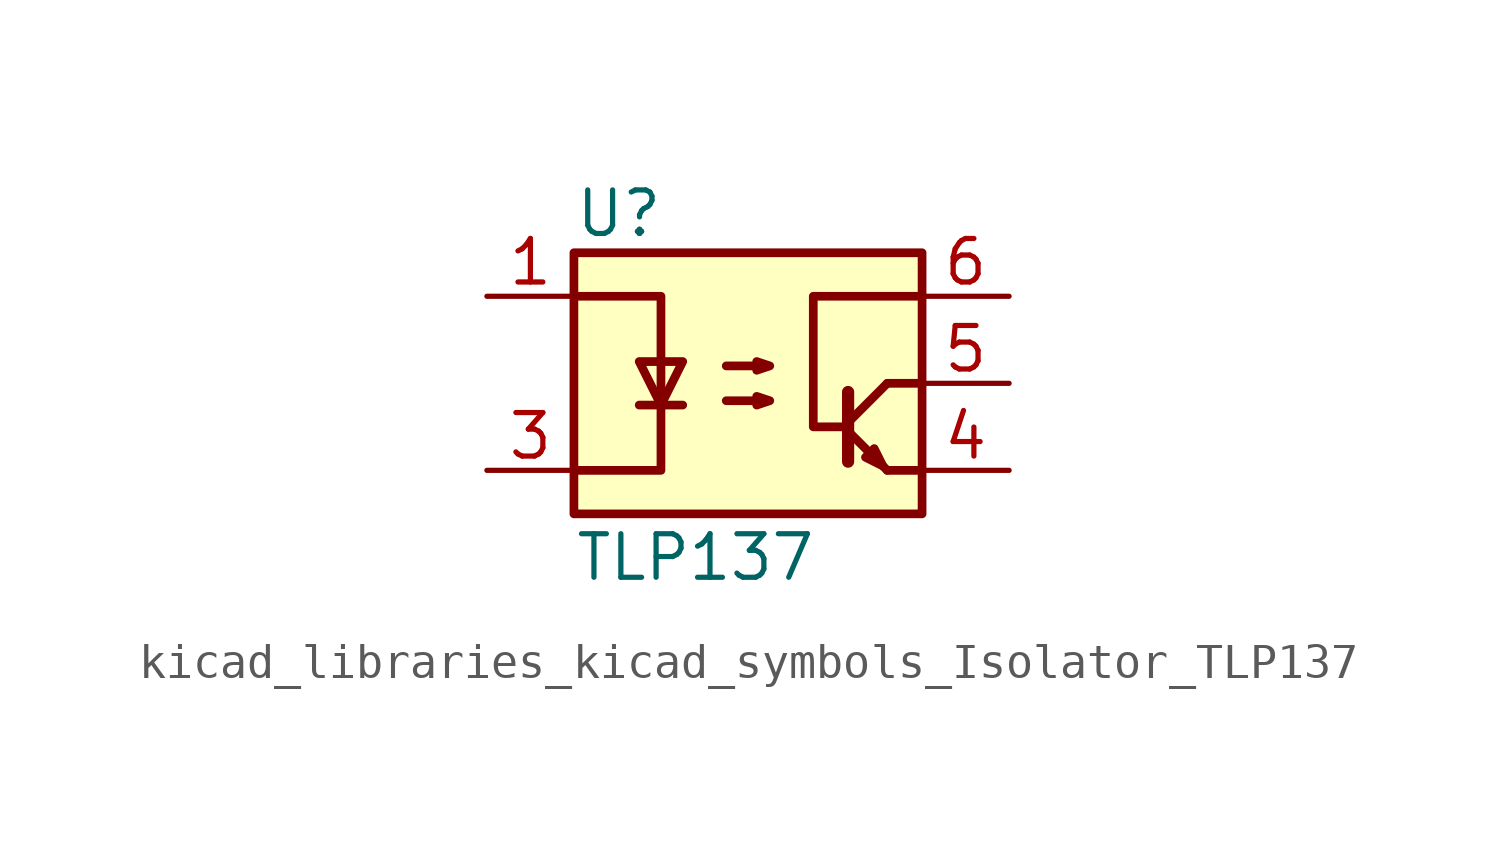
<source format=kicad_sym>
(kicad_symbol_lib
  (version 20220914)
  (generator kicad_symbol_editor)
  (symbol "kicad_libraries_kicad_symbols_Isolator_TLP137"
    (pin_names
      (offset 1.016))
    (property "Reference" "U"
      (at -5.08 4.953 0)
      (effects (font (size 1.27 1.27)) (justify left)))
    (property "Value" "TLP137"
      (at -5.08 -5.08 0)
      (effects (font (size 1.27 1.27)) (justify left)))
    (symbol "kicad_libraries_kicad_symbols_Isolator_TLP137_0_1"
      (rectangle (start -5.08 3.81) (end 5.08 -3.81) (stroke (width 0.254) (type default)) (fill (type background)))
      (polyline (pts (xy -3.175 -0.635) (xy -1.905 -0.635)) (stroke (width 0.254) (type default)) (fill (type none)))
      (polyline (pts (xy 2.921 -1.397) (xy 4.064 -2.54)) (stroke (width 0.254) (type default)) (fill (type none)))
      (polyline (pts (xy 2.921 -1.143) (xy 4.064 0)) (stroke (width 0.254) (type default)) (fill (type none)))
      (polyline (pts (xy 4.064 -2.54) (xy 5.08 -2.54)) (stroke (width 0.254) (type default)) (fill (type none)))
      (polyline (pts (xy 5.08 0) (xy 4.064 0)) (stroke (width 0.254) (type default)) (fill (type none)))
      (polyline (pts (xy 2.921 -0.254) (xy 2.921 -2.286) (xy 2.921 -2.286)) (stroke (width 0.356) (type default)) (fill (type none)))
      (polyline (pts (xy -5.08 -2.54) (xy -2.54 -2.54) (xy -2.54 2.54) (xy -5.08 2.54)) (stroke (width 0.254) (type default)) (fill (type none)))
      (polyline (pts (xy -2.54 -0.635) (xy -3.175 0.635) (xy -1.905 0.635) (xy -2.54 -0.635)) (stroke (width 0.254) (type default)) (fill (type none)))
      (polyline (pts (xy 2.921 -1.27) (xy 1.905 -1.27) (xy 1.905 2.54) (xy 5.08 2.54)) (stroke (width 0.254) (type default)) (fill (type none)))
      (polyline (pts (xy 3.937 -2.413) (xy 3.683 -1.905) (xy 3.429 -2.159) (xy 3.937 -2.413)) (stroke (width 0.254) (type default)) (fill (type none)))
      (polyline (pts (xy -0.635 -0.508) (xy 0.635 -0.508) (xy 0.254 -0.635) (xy 0.254 -0.381) (xy 0.635 -0.508)) (stroke (width 0.254) (type default)) (fill (type none)))
      (polyline (pts (xy -0.635 0.508) (xy 0.635 0.508) (xy 0.254 0.381) (xy 0.254 0.635) (xy 0.635 0.508)) (stroke (width 0.254) (type default)) (fill (type none))))
    (symbol "kicad_libraries_kicad_symbols_Isolator_TLP137_1_1"
      (pin passive line (at -7.62 2.54 0) (length 2.54) (name "~" (effects (font (size 1.27 1.27)))) (number "1" (effects (font (size 1.27 1.27)))))
      (pin passive line (at -7.62 -2.54 0) (length 2.54) (name "~" (effects (font (size 1.27 1.27)))) (number "3" (effects (font (size 1.27 1.27)))))
      (pin passive line (at 7.62 -2.54 180) (length 2.54) (name "~" (effects (font (size 1.27 1.27)))) (number "4" (effects (font (size 1.27 1.27)))))
      (pin open_collector line (at 7.62 0 180) (length 2.54) (name "~" (effects (font (size 1.27 1.27)))) (number "5" (effects (font (size 1.27 1.27)))))
      (pin passive line (at 7.62 2.54 180) (length 2.54) (name "~" (effects (font (size 1.27 1.27)))) (number "6" (effects (font (size 1.27 1.27))))))))
</source>
